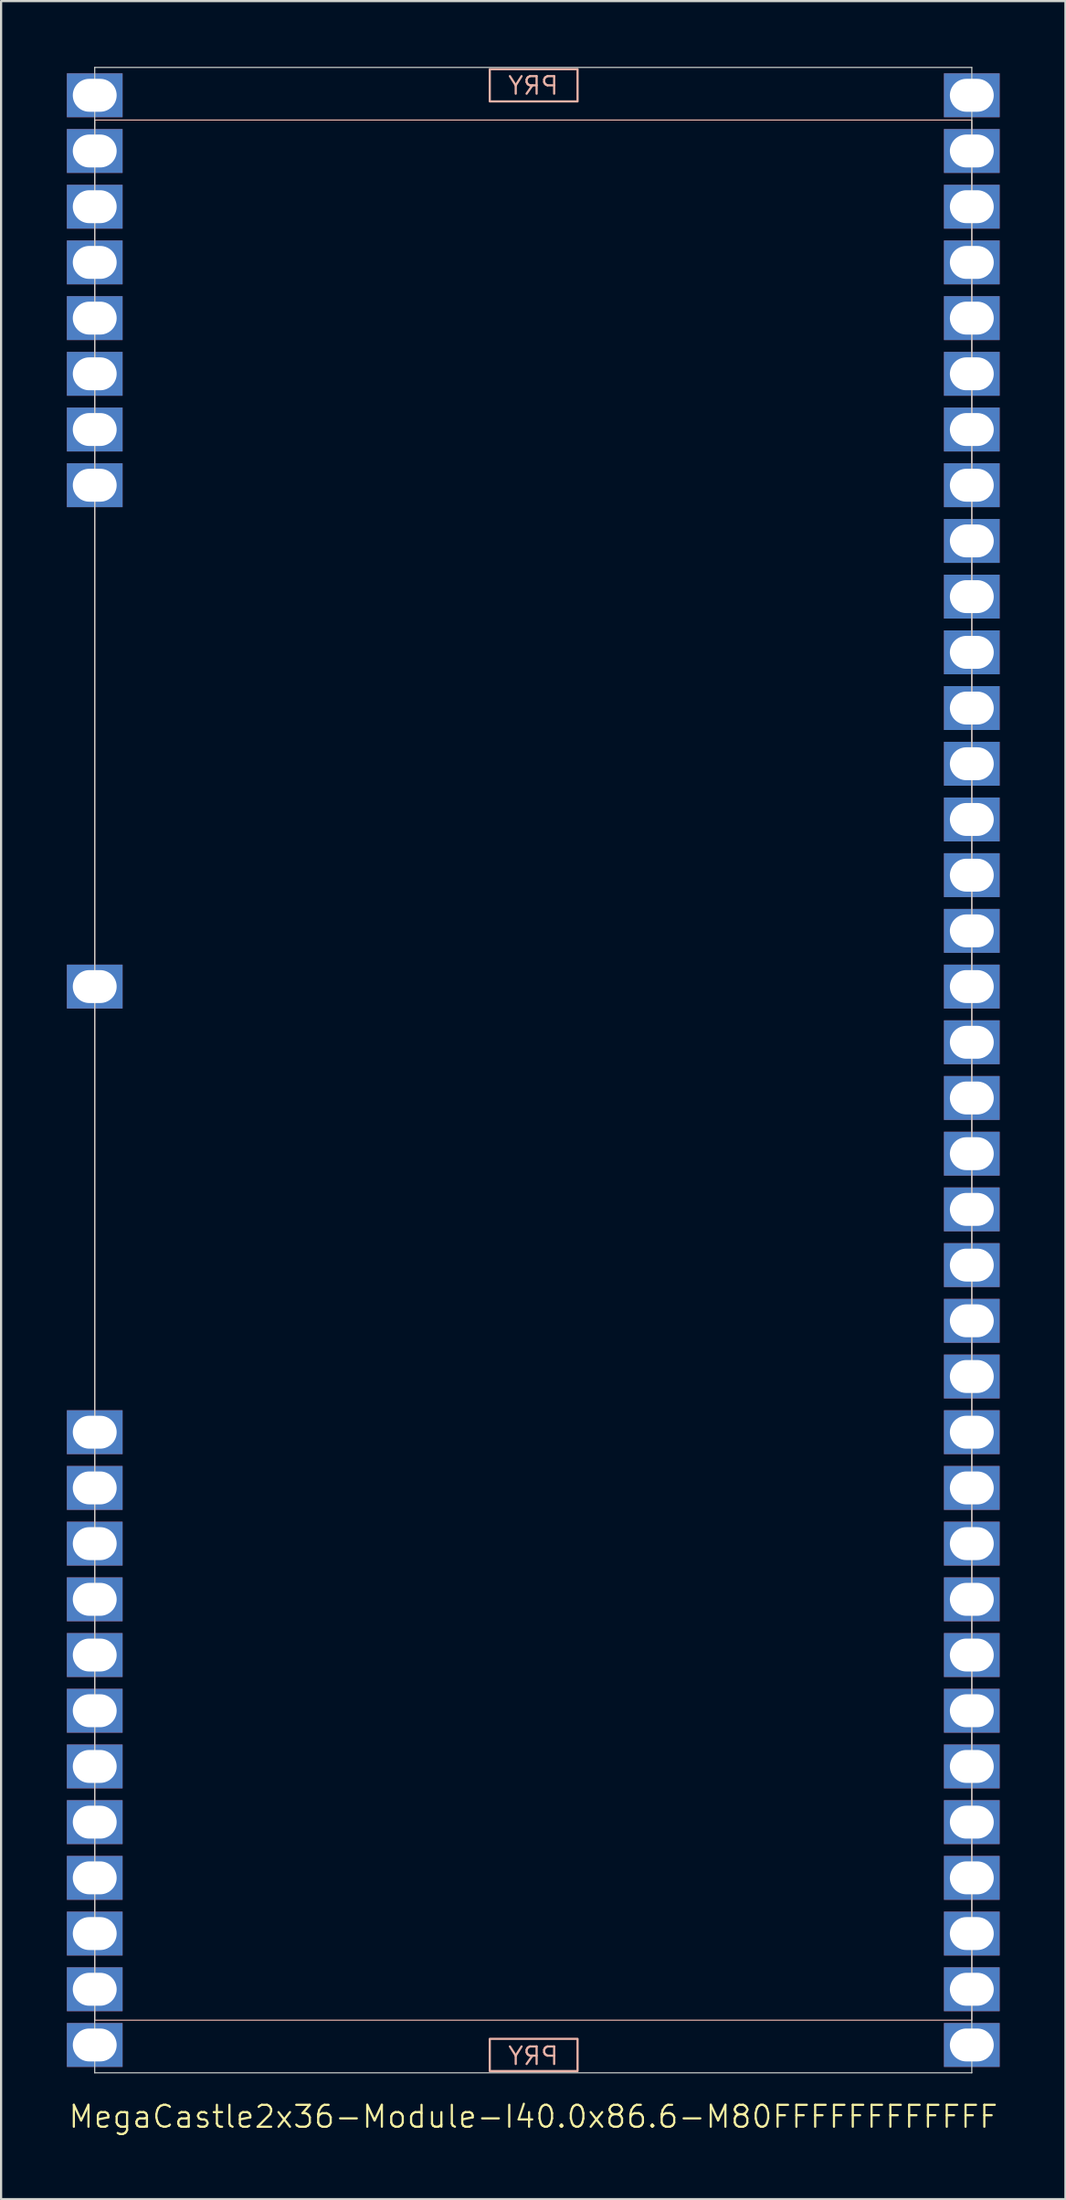
<source format=kicad_pcb>
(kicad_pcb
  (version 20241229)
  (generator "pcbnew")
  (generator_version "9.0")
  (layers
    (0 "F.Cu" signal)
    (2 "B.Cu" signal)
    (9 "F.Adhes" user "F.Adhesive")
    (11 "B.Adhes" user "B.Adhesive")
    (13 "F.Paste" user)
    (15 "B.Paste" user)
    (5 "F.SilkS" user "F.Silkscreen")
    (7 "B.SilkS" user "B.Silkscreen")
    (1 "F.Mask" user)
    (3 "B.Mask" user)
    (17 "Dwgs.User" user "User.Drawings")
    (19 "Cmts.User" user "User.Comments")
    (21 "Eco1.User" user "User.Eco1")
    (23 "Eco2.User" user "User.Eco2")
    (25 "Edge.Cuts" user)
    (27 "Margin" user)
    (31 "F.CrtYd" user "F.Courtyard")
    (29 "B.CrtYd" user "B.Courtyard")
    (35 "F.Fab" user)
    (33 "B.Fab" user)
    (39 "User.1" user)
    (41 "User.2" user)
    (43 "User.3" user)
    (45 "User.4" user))
  (footprint "MegaCastle2x36-Module-I40.0x86.6-M80FFFFFFFFFFFF"
    (layer "F.Cu")
    (at 21.27 45.745)
    (property "Reference" "MegaCastle2x36-Module-I40.0x86.6-M80FFFFFFFFFFFF" (at 0 47.72 0) (unlocked yes) (layer "F.SilkS") (effects (font (size 1 1) (thickness 0.1))))
    (attr smd)
    (fp_rect (start -20 43.32) (end 20 -43.32) (stroke (width 0.05) (type default)) (fill no) (layer "B.SilkS"))
    (fp_rect (start -1.984 -44.171) (end 2.02 -45.64) (stroke (width 0.1) (type default)) (fill no) (layer "B.SilkS"))
    (fp_rect (start -1.984 44.171) (end 2.02 45.64) (stroke (width 0.1) (type default)) (fill no) (layer "B.SilkS"))
    (fp_line (start -20 -45.72) (end -20 45.72) (stroke (width 0.05) (type default)) (layer "Edge.Cuts"))
    (fp_line (start -20 -45.72) (end 20 -45.72) (stroke (width 0.05) (type default)) (layer "Edge.Cuts"))
    (fp_line (start -20 45.72) (end 20 45.72) (stroke (width 0.05) (type default)) (layer "Edge.Cuts"))
    (fp_line (start 20 -45.72) (end 20 45.72) (stroke (width 0.05) (type default)) (layer "Edge.Cuts"))
    (fp_text user "PRY" (at 0 45.42 0) (unlocked yes) (layer "B.SilkS") (effects (font (size 0.8 0.8) (thickness 0.1)) (justify bottom mirror)))
    (fp_text user "PRY" (at 0 -44.42 0) (unlocked yes) (layer "B.SilkS") (effects (font (size 0.8 0.8) (thickness 0.1)) (justify bottom mirror)))
    (pad "1" thru_hole rect (at -20 -44.45) (size 2.54 2) (drill oval 2 1.5) (property pad_prop_castellated) (layers "*.Cu" "*.Mask"))
    (pad "2" thru_hole rect (at -20 -41.91) (size 2.54 2) (drill oval 2 1.5) (property pad_prop_castellated) (layers "*.Cu" "*.Mask"))
    (pad "3" thru_hole rect (at -20 -39.37) (size 2.54 2) (drill oval 2 1.5) (property pad_prop_castellated) (layers "*.Cu" "*.Mask"))
    (pad "4" thru_hole rect (at -20 -36.83) (size 2.54 2) (drill oval 2 1.5) (property pad_prop_castellated) (layers "*.Cu" "*.Mask"))
    (pad "5" thru_hole rect (at -20 -34.29) (size 2.54 2) (drill oval 2 1.5) (property pad_prop_castellated) (layers "*.Cu" "*.Mask"))
    (pad "6" thru_hole rect (at -20 -31.75) (size 2.54 2) (drill oval 2 1.5) (property pad_prop_castellated) (layers "*.Cu" "*.Mask"))
    (pad "7" thru_hole rect (at -20 -29.21) (size 2.54 2) (drill oval 2 1.5) (property pad_prop_castellated) (layers "*.Cu" "*.Mask"))
    (pad "8" thru_hole rect (at -20 -26.67) (size 2.54 2) (drill oval 2 1.5) (property pad_prop_castellated) (layers "*.Cu" "*.Mask"))
    (pad "17" thru_hole rect (at -20 -3.81) (size 2.54 2) (drill oval 2 1.5) (property pad_prop_castellated) (layers "*.Cu" "*.Mask"))
    (pad "25" thru_hole rect (at -20 16.51) (size 2.54 2) (drill oval 2 1.5) (property pad_prop_castellated) (layers "*.Cu" "*.Mask"))
    (pad "26" thru_hole rect (at -20 19.05) (size 2.54 2) (drill oval 2 1.5) (property pad_prop_castellated) (layers "*.Cu" "*.Mask"))
    (pad "27" thru_hole rect (at -20 21.59) (size 2.54 2) (drill oval 2 1.5) (property pad_prop_castellated) (layers "*.Cu" "*.Mask"))
    (pad "28" thru_hole rect (at -20 24.13) (size 2.54 2) (drill oval 2 1.5) (property pad_prop_castellated) (layers "*.Cu" "*.Mask"))
    (pad "29" thru_hole rect (at -20 26.67) (size 2.54 2) (drill oval 2 1.5) (property pad_prop_castellated) (layers "*.Cu" "*.Mask"))
    (pad "30" thru_hole rect (at -20 29.21) (size 2.54 2) (drill oval 2 1.5) (property pad_prop_castellated) (layers "*.Cu" "*.Mask"))
    (pad "31" thru_hole rect (at -20 31.75) (size 2.54 2) (drill oval 2 1.5) (property pad_prop_castellated) (layers "*.Cu" "*.Mask"))
    (pad "32" thru_hole rect (at -20 34.29) (size 2.54 2) (drill oval 2 1.5) (property pad_prop_castellated) (layers "*.Cu" "*.Mask"))
    (pad "33" thru_hole rect (at -20 36.83) (size 2.54 2) (drill oval 2 1.5) (property pad_prop_castellated) (layers "*.Cu" "*.Mask"))
    (pad "34" thru_hole rect (at -20 39.37) (size 2.54 2) (drill oval 2 1.5) (property pad_prop_castellated) (layers "*.Cu" "*.Mask"))
    (pad "35" thru_hole rect (at -20 41.91) (size 2.54 2) (drill oval 2 1.5) (property pad_prop_castellated) (layers "*.Cu" "*.Mask"))
    (pad "36" thru_hole rect (at -20 44.45) (size 2.54 2) (drill oval 2 1.5) (property pad_prop_castellated) (layers "*.Cu" "*.Mask"))
    (pad "37" thru_hole rect (at 20 -44.45) (size 2.54 2) (drill oval 2 1.5) (property pad_prop_castellated) (layers "*.Cu" "*.Mask"))
    (pad "38" thru_hole rect (at 20 -41.91) (size 2.54 2) (drill oval 2 1.5) (property pad_prop_castellated) (layers "*.Cu" "*.Mask"))
    (pad "39" thru_hole rect (at 20 -39.37) (size 2.54 2) (drill oval 2 1.5) (property pad_prop_castellated) (layers "*.Cu" "*.Mask"))
    (pad "40" thru_hole rect (at 20 -36.83) (size 2.54 2) (drill oval 2 1.5) (property pad_prop_castellated) (layers "*.Cu" "*.Mask"))
    (pad "41" thru_hole rect (at 20 -34.29) (size 2.54 2) (drill oval 2 1.5) (property pad_prop_castellated) (layers "*.Cu" "*.Mask"))
    (pad "42" thru_hole rect (at 20 -31.75) (size 2.54 2) (drill oval 2 1.5) (property pad_prop_castellated) (layers "*.Cu" "*.Mask"))
    (pad "43" thru_hole rect (at 20 -29.21) (size 2.54 2) (drill oval 2 1.5) (property pad_prop_castellated) (layers "*.Cu" "*.Mask"))
    (pad "44" thru_hole rect (at 20 -26.67) (size 2.54 2) (drill oval 2 1.5) (property pad_prop_castellated) (layers "*.Cu" "*.Mask"))
    (pad "45" thru_hole rect (at 20 -24.13) (size 2.54 2) (drill oval 2 1.5) (property pad_prop_castellated) (layers "*.Cu" "*.Mask"))
    (pad "46" thru_hole rect (at 20 -21.59) (size 2.54 2) (drill oval 2 1.5) (property pad_prop_castellated) (layers "*.Cu" "*.Mask"))
    (pad "47" thru_hole rect (at 20 -19.05) (size 2.54 2) (drill oval 2 1.5) (property pad_prop_castellated) (layers "*.Cu" "*.Mask"))
    (pad "48" thru_hole rect (at 20 -16.51) (size 2.54 2) (drill oval 2 1.5) (property pad_prop_castellated) (layers "*.Cu" "*.Mask"))
    (pad "49" thru_hole rect (at 20 -13.97) (size 2.54 2) (drill oval 2 1.5) (property pad_prop_castellated) (layers "*.Cu" "*.Mask"))
    (pad "50" thru_hole rect (at 20 -11.43) (size 2.54 2) (drill oval 2 1.5) (property pad_prop_castellated) (layers "*.Cu" "*.Mask"))
    (pad "51" thru_hole rect (at 20 -8.89) (size 2.54 2) (drill oval 2 1.5) (property pad_prop_castellated) (layers "*.Cu" "*.Mask"))
    (pad "52" thru_hole rect (at 20 -6.35) (size 2.54 2) (drill oval 2 1.5) (property pad_prop_castellated) (layers "*.Cu" "*.Mask"))
    (pad "53" thru_hole rect (at 20 -3.81) (size 2.54 2) (drill oval 2 1.5) (property pad_prop_castellated) (layers "*.Cu" "*.Mask"))
    (pad "54" thru_hole rect (at 20 -1.27) (size 2.54 2) (drill oval 2 1.5) (property pad_prop_castellated) (layers "*.Cu" "*.Mask"))
    (pad "55" thru_hole rect (at 20 1.27) (size 2.54 2) (drill oval 2 1.5) (property pad_prop_castellated) (layers "*.Cu" "*.Mask"))
    (pad "56" thru_hole rect (at 20 3.81) (size 2.54 2) (drill oval 2 1.5) (property pad_prop_castellated) (layers "*.Cu" "*.Mask"))
    (pad "57" thru_hole rect (at 20 6.35) (size 2.54 2) (drill oval 2 1.5) (property pad_prop_castellated) (layers "*.Cu" "*.Mask"))
    (pad "58" thru_hole rect (at 20 8.89) (size 2.54 2) (drill oval 2 1.5) (property pad_prop_castellated) (layers "*.Cu" "*.Mask"))
    (pad "59" thru_hole rect (at 20 11.43) (size 2.54 2) (drill oval 2 1.5) (property pad_prop_castellated) (layers "*.Cu" "*.Mask"))
    (pad "60" thru_hole rect (at 20 13.97) (size 2.54 2) (drill oval 2 1.5) (property pad_prop_castellated) (layers "*.Cu" "*.Mask"))
    (pad "61" thru_hole rect (at 20 16.51) (size 2.54 2) (drill oval 2 1.5) (property pad_prop_castellated) (layers "*.Cu" "*.Mask"))
    (pad "62" thru_hole rect (at 20 19.05) (size 2.54 2) (drill oval 2 1.5) (property pad_prop_castellated) (layers "*.Cu" "*.Mask"))
    (pad "63" thru_hole rect (at 20 21.59) (size 2.54 2) (drill oval 2 1.5) (property pad_prop_castellated) (layers "*.Cu" "*.Mask"))
    (pad "64" thru_hole rect (at 20 24.13) (size 2.54 2) (drill oval 2 1.5) (property pad_prop_castellated) (layers "*.Cu" "*.Mask"))
    (pad "65" thru_hole rect (at 20 26.67) (size 2.54 2) (drill oval 2 1.5) (property pad_prop_castellated) (layers "*.Cu" "*.Mask"))
    (pad "66" thru_hole rect (at 20 29.21) (size 2.54 2) (drill oval 2 1.5) (property pad_prop_castellated) (layers "*.Cu" "*.Mask"))
    (pad "67" thru_hole rect (at 20 31.75) (size 2.54 2) (drill oval 2 1.5) (property pad_prop_castellated) (layers "*.Cu" "*.Mask"))
    (pad "68" thru_hole rect (at 20 34.29) (size 2.54 2) (drill oval 2 1.5) (property pad_prop_castellated) (layers "*.Cu" "*.Mask"))
    (pad "69" thru_hole rect (at 20 36.83) (size 2.54 2) (drill oval 2 1.5) (property pad_prop_castellated) (layers "*.Cu" "*.Mask"))
    (pad "70" thru_hole rect (at 20 39.37) (size 2.54 2) (drill oval 2 1.5) (property pad_prop_castellated) (layers "*.Cu" "*.Mask"))
    (pad "71" thru_hole rect (at 20 41.91) (size 2.54 2) (drill oval 2 1.5) (property pad_prop_castellated) (layers "*.Cu" "*.Mask"))
    (pad "72" thru_hole rect (at 20 44.45) (size 2.54 2) (drill oval 2 1.5) (property pad_prop_castellated) (layers "*.Cu" "*.Mask"))
    (zone (net_name "") (layer "B.Cu") (hatch edge 0.5) (connect_pads) (min_thickness 0.25) (filled_areas_thickness no) (keepout (tracks allowed) (vias allowed) (pads allowed) (copperpour allowed) (footprints not_allowed)) (placement (enabled no)) (fill) (polygon (pts (xy 1.27 91.465) (xy 1.27 0.025))))
    (zone (net_name "") (layer "B.Cu") (hatch edge 0.5) (connect_pads) (min_thickness 0.25) (filled_areas_thickness no) (keepout (tracks allowed) (vias allowed) (pads allowed) (copperpour allowed) (footprints not_allowed)) (placement (enabled no)) (fill) (polygon (pts (xy 41.27 91.465) (xy 41.27 0.025))))
    (zone (net_name "") (layer "B.Cu") (hatch edge 0.5) (connect_pads) (min_thickness 0.25) (filled_areas_thickness no) (keepout (tracks allowed) (vias allowed) (pads allowed) (copperpour allowed) (footprints not_allowed)) (placement (enabled no)) (fill) (polygon (pts (xy 1.27 0.025) (xy 1.27 2.425) (xy 41.27 2.425) (xy 41.27 0.025))))
    (zone (net_name "") (layer "B.Cu") (hatch edge 0.5) (connect_pads) (min_thickness 0.25) (filled_areas_thickness no) (keepout (tracks allowed) (vias allowed) (pads allowed) (copperpour allowed) (footprints not_allowed)) (placement (enabled no)) (fill) (polygon (pts (xy 1.27 91.465) (xy 1.27 89.065) (xy 41.27 89.065) (xy 41.27 91.465))))
    (zone (net_name "") (layer "B.Cu") (name "Upper Pry Zone") (hatch edge 0.5) (connect_pads) (min_thickness 0.25) (filled_areas_thickness no) (keepout (tracks not_allowed) (vias not_allowed) (pads not_allowed) (copperpour allowed) (footprints not_allowed)) (placement (enabled no)) (fill) (polygon (pts (xy 19.286 1.574) (xy 19.286 0.105) (xy 23.29 0.105) (xy 23.29 1.574))))
    (zone (net_name "") (layer "B.Cu") (name "Upper Pry Zone") (hatch edge 0.5) (connect_pads) (min_thickness 0.25) (filled_areas_thickness no) (keepout (tracks not_allowed) (vias not_allowed) (pads not_allowed) (copperpour allowed) (footprints not_allowed)) (placement (enabled no)) (fill) (polygon (pts (xy 19.286 89.916) (xy 19.286 91.385) (xy 23.29 91.385) (xy 23.29 89.916)))))
  (gr_rect
    (start -3 -3)
    (end 45.54 97.226)
    (stroke (width 0.1) (type default))
    (fill no)
    (layer "Edge.Cuts")))
</source>
